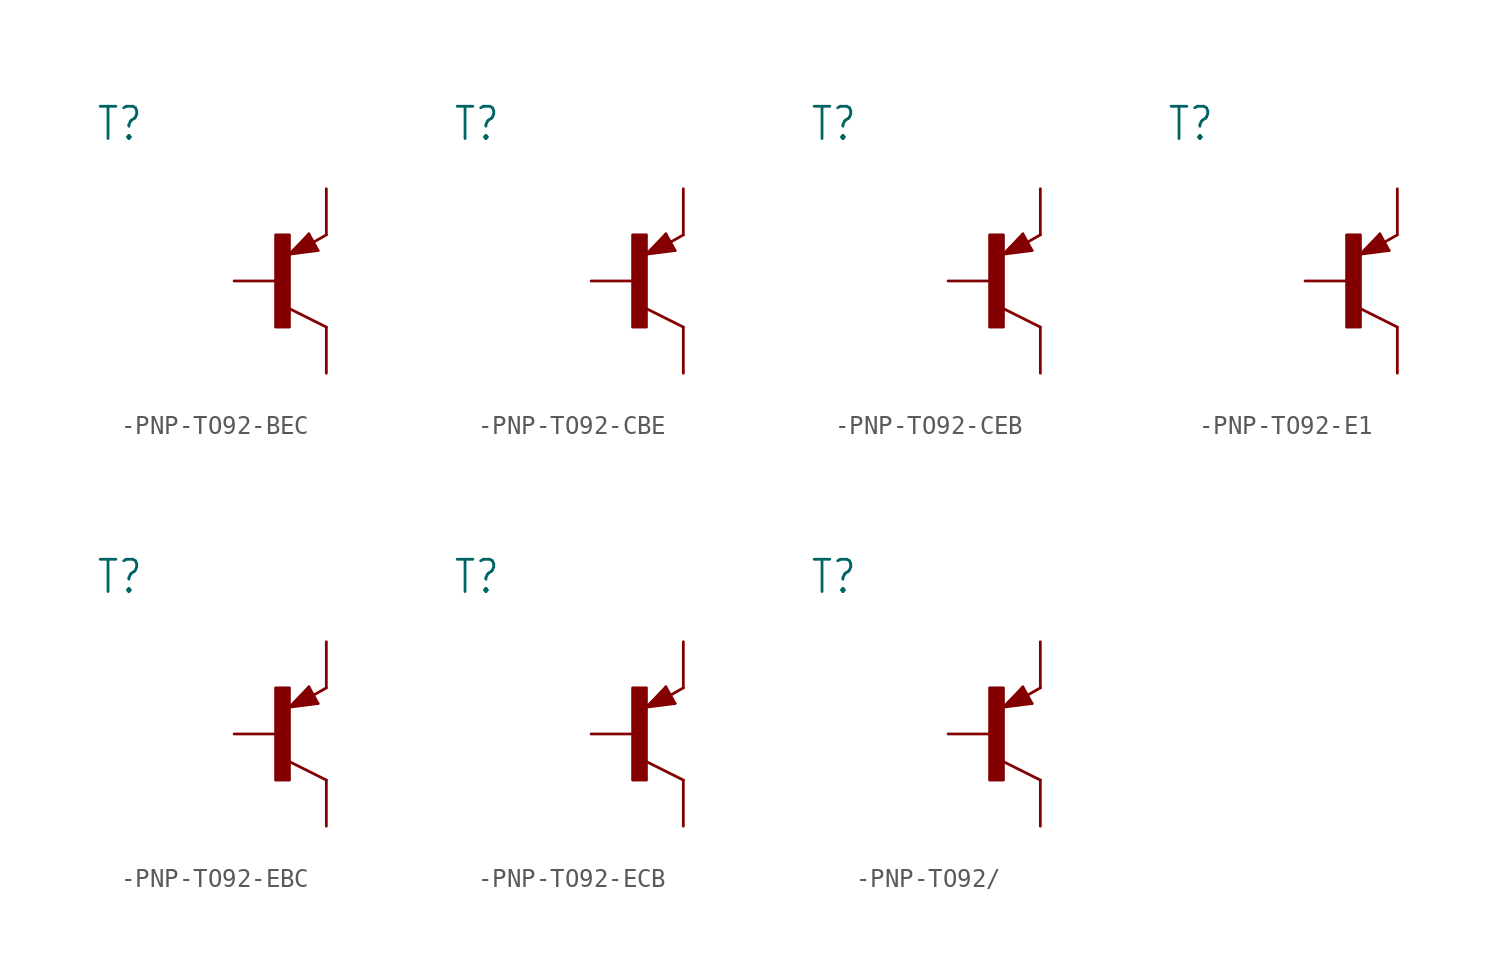
<source format=kicad_sym>
(kicad_symbol_lib
  (version 20231120)
  (generator "kicad_symbol_editor")
  (generator_version "8.0")
  (symbol "-PNP-TO92-BEC"
    (property "Reference" "T"
      (at -10.16 7.62 0)
      (effects (font (size 1.778 1.511)) (justify left bottom)))
    (property "Value" ""
      (at -10.16 5.08 0)
      (effects (font (size 1.778 1.511)) (justify left bottom)))
    (property "ki_locked" ""
      (at 0 0 0)
      (effects (font (size 1.27 1.27))))
    (symbol "-PNP-TO92-BEC_1_0"
      (rectangle (start -0.254 -2.54) (end 0.508 2.54) (stroke (width 0) (type default)) (fill (type outline)))
      (polyline (pts (xy 0.516 1.478) (xy 2.086 1.678)) (stroke (width 0.152) (type solid)) (fill (type none)))
      (polyline (pts (xy 0.762 1.651) (xy 1.778 1.778)) (stroke (width 0.254) (type solid)) (fill (type none)))
      (polyline (pts (xy 1.143 1.905) (xy 1.524 1.905)) (stroke (width 0.254) (type solid)) (fill (type none)))
      (polyline (pts (xy 1.524 2.159) (xy 1.143 1.905)) (stroke (width 0.254) (type solid)) (fill (type none)))
      (polyline (pts (xy 1.524 2.413) (xy 0.762 1.651)) (stroke (width 0.254) (type solid)) (fill (type none)))
      (polyline (pts (xy 1.578 2.594) (xy 0.516 1.478)) (stroke (width 0.152) (type solid)) (fill (type none)))
      (polyline (pts (xy 1.778 1.778) (xy 1.524 2.159)) (stroke (width 0.254) (type solid)) (fill (type none)))
      (polyline (pts (xy 1.905 1.778) (xy 1.524 2.413)) (stroke (width 0.254) (type solid)) (fill (type none)))
      (polyline (pts (xy 2.086 1.678) (xy 1.578 2.594)) (stroke (width 0.152) (type solid)) (fill (type none)))
      (polyline (pts (xy 2.54 -2.54) (xy 0.508 -1.524)) (stroke (width 0.152) (type solid)) (fill (type none)))
      (polyline (pts (xy 2.54 2.54) (xy 1.808 2.124)) (stroke (width 0.152) (type solid)) (fill (type none)))
      (pin passive line (at -2.54 0 0) (length 2.54) (name "B" (effects (font (size 0 0)))) (number "B" (effects (font (size 0 0)))))
      (pin passive line (at 2.54 -5.08 90) (length 2.54) (name "C" (effects (font (size 0 0)))) (number "C" (effects (font (size 0 0)))))
      (pin passive line (at 2.54 5.08 270) (length 2.54) (name "E" (effects (font (size 0 0)))) (number "E" (effects (font (size 0 0)))))))
  (symbol "-PNP-TO92-CBE"
    (property "Reference" "T"
      (at -10.16 7.62 0)
      (effects (font (size 1.778 1.511)) (justify left bottom)))
    (property "Value" ""
      (at -10.16 5.08 0)
      (effects (font (size 1.778 1.511)) (justify left bottom)))
    (property "ki_locked" ""
      (at 0 0 0)
      (effects (font (size 1.27 1.27))))
    (symbol "-PNP-TO92-CBE_1_0"
      (rectangle (start -0.254 -2.54) (end 0.508 2.54) (stroke (width 0) (type default)) (fill (type outline)))
      (polyline (pts (xy 0.516 1.478) (xy 2.086 1.678)) (stroke (width 0.152) (type solid)) (fill (type none)))
      (polyline (pts (xy 0.762 1.651) (xy 1.778 1.778)) (stroke (width 0.254) (type solid)) (fill (type none)))
      (polyline (pts (xy 1.143 1.905) (xy 1.524 1.905)) (stroke (width 0.254) (type solid)) (fill (type none)))
      (polyline (pts (xy 1.524 2.159) (xy 1.143 1.905)) (stroke (width 0.254) (type solid)) (fill (type none)))
      (polyline (pts (xy 1.524 2.413) (xy 0.762 1.651)) (stroke (width 0.254) (type solid)) (fill (type none)))
      (polyline (pts (xy 1.578 2.594) (xy 0.516 1.478)) (stroke (width 0.152) (type solid)) (fill (type none)))
      (polyline (pts (xy 1.778 1.778) (xy 1.524 2.159)) (stroke (width 0.254) (type solid)) (fill (type none)))
      (polyline (pts (xy 1.905 1.778) (xy 1.524 2.413)) (stroke (width 0.254) (type solid)) (fill (type none)))
      (polyline (pts (xy 2.086 1.678) (xy 1.578 2.594)) (stroke (width 0.152) (type solid)) (fill (type none)))
      (polyline (pts (xy 2.54 -2.54) (xy 0.508 -1.524)) (stroke (width 0.152) (type solid)) (fill (type none)))
      (polyline (pts (xy 2.54 2.54) (xy 1.808 2.124)) (stroke (width 0.152) (type solid)) (fill (type none)))
      (pin passive line (at -2.54 0 0) (length 2.54) (name "B" (effects (font (size 0 0)))) (number "B" (effects (font (size 0 0)))))
      (pin passive line (at 2.54 -5.08 90) (length 2.54) (name "C" (effects (font (size 0 0)))) (number "C" (effects (font (size 0 0)))))
      (pin passive line (at 2.54 5.08 270) (length 2.54) (name "E" (effects (font (size 0 0)))) (number "E" (effects (font (size 0 0)))))))
  (symbol "-PNP-TO92-CEB"
    (property "Reference" "T"
      (at -10.16 7.62 0)
      (effects (font (size 1.778 1.511)) (justify left bottom)))
    (property "Value" ""
      (at -10.16 5.08 0)
      (effects (font (size 1.778 1.511)) (justify left bottom)))
    (property "ki_locked" ""
      (at 0 0 0)
      (effects (font (size 1.27 1.27))))
    (symbol "-PNP-TO92-CEB_1_0"
      (rectangle (start -0.254 -2.54) (end 0.508 2.54) (stroke (width 0) (type default)) (fill (type outline)))
      (polyline (pts (xy 0.516 1.478) (xy 2.086 1.678)) (stroke (width 0.152) (type solid)) (fill (type none)))
      (polyline (pts (xy 0.762 1.651) (xy 1.778 1.778)) (stroke (width 0.254) (type solid)) (fill (type none)))
      (polyline (pts (xy 1.143 1.905) (xy 1.524 1.905)) (stroke (width 0.254) (type solid)) (fill (type none)))
      (polyline (pts (xy 1.524 2.159) (xy 1.143 1.905)) (stroke (width 0.254) (type solid)) (fill (type none)))
      (polyline (pts (xy 1.524 2.413) (xy 0.762 1.651)) (stroke (width 0.254) (type solid)) (fill (type none)))
      (polyline (pts (xy 1.578 2.594) (xy 0.516 1.478)) (stroke (width 0.152) (type solid)) (fill (type none)))
      (polyline (pts (xy 1.778 1.778) (xy 1.524 2.159)) (stroke (width 0.254) (type solid)) (fill (type none)))
      (polyline (pts (xy 1.905 1.778) (xy 1.524 2.413)) (stroke (width 0.254) (type solid)) (fill (type none)))
      (polyline (pts (xy 2.086 1.678) (xy 1.578 2.594)) (stroke (width 0.152) (type solid)) (fill (type none)))
      (polyline (pts (xy 2.54 -2.54) (xy 0.508 -1.524)) (stroke (width 0.152) (type solid)) (fill (type none)))
      (polyline (pts (xy 2.54 2.54) (xy 1.808 2.124)) (stroke (width 0.152) (type solid)) (fill (type none)))
      (pin passive line (at -2.54 0 0) (length 2.54) (name "B" (effects (font (size 0 0)))) (number "B" (effects (font (size 0 0)))))
      (pin passive line (at 2.54 -5.08 90) (length 2.54) (name "C" (effects (font (size 0 0)))) (number "C" (effects (font (size 0 0)))))
      (pin passive line (at 2.54 5.08 270) (length 2.54) (name "E" (effects (font (size 0 0)))) (number "E" (effects (font (size 0 0)))))))
  (symbol "-PNP-TO92-E1"
    (property "Reference" "T"
      (at -10.16 7.62 0)
      (effects (font (size 1.778 1.511)) (justify left bottom)))
    (property "Value" ""
      (at -10.16 5.08 0)
      (effects (font (size 1.778 1.511)) (justify left bottom)))
    (property "ki_locked" ""
      (at 0 0 0)
      (effects (font (size 1.27 1.27))))
    (symbol "-PNP-TO92-E1_1_0"
      (rectangle (start -0.254 -2.54) (end 0.508 2.54) (stroke (width 0) (type default)) (fill (type outline)))
      (polyline (pts (xy 0.516 1.478) (xy 2.086 1.678)) (stroke (width 0.152) (type solid)) (fill (type none)))
      (polyline (pts (xy 0.762 1.651) (xy 1.778 1.778)) (stroke (width 0.254) (type solid)) (fill (type none)))
      (polyline (pts (xy 1.143 1.905) (xy 1.524 1.905)) (stroke (width 0.254) (type solid)) (fill (type none)))
      (polyline (pts (xy 1.524 2.159) (xy 1.143 1.905)) (stroke (width 0.254) (type solid)) (fill (type none)))
      (polyline (pts (xy 1.524 2.413) (xy 0.762 1.651)) (stroke (width 0.254) (type solid)) (fill (type none)))
      (polyline (pts (xy 1.578 2.594) (xy 0.516 1.478)) (stroke (width 0.152) (type solid)) (fill (type none)))
      (polyline (pts (xy 1.778 1.778) (xy 1.524 2.159)) (stroke (width 0.254) (type solid)) (fill (type none)))
      (polyline (pts (xy 1.905 1.778) (xy 1.524 2.413)) (stroke (width 0.254) (type solid)) (fill (type none)))
      (polyline (pts (xy 2.086 1.678) (xy 1.578 2.594)) (stroke (width 0.152) (type solid)) (fill (type none)))
      (polyline (pts (xy 2.54 -2.54) (xy 0.508 -1.524)) (stroke (width 0.152) (type solid)) (fill (type none)))
      (polyline (pts (xy 2.54 2.54) (xy 1.808 2.124)) (stroke (width 0.152) (type solid)) (fill (type none)))
      (pin passive line (at 2.54 -5.08 90) (length 2.54) (name "C" (effects (font (size 0 0)))) (number "1" (effects (font (size 0 0)))))
      (pin passive line (at -2.54 0 0) (length 2.54) (name "B" (effects (font (size 0 0)))) (number "2" (effects (font (size 0 0)))))
      (pin passive line (at 2.54 5.08 270) (length 2.54) (name "E" (effects (font (size 0 0)))) (number "3" (effects (font (size 0 0)))))))
  (symbol "-PNP-TO92-EBC"
    (property "Reference" "T"
      (at -10.16 7.62 0)
      (effects (font (size 1.778 1.511)) (justify left bottom)))
    (property "Value" ""
      (at -10.16 5.08 0)
      (effects (font (size 1.778 1.511)) (justify left bottom)))
    (property "ki_locked" ""
      (at 0 0 0)
      (effects (font (size 1.27 1.27))))
    (symbol "-PNP-TO92-EBC_1_0"
      (rectangle (start -0.254 -2.54) (end 0.508 2.54) (stroke (width 0) (type default)) (fill (type outline)))
      (polyline (pts (xy 0.516 1.478) (xy 2.086 1.678)) (stroke (width 0.152) (type solid)) (fill (type none)))
      (polyline (pts (xy 0.762 1.651) (xy 1.778 1.778)) (stroke (width 0.254) (type solid)) (fill (type none)))
      (polyline (pts (xy 1.143 1.905) (xy 1.524 1.905)) (stroke (width 0.254) (type solid)) (fill (type none)))
      (polyline (pts (xy 1.524 2.159) (xy 1.143 1.905)) (stroke (width 0.254) (type solid)) (fill (type none)))
      (polyline (pts (xy 1.524 2.413) (xy 0.762 1.651)) (stroke (width 0.254) (type solid)) (fill (type none)))
      (polyline (pts (xy 1.578 2.594) (xy 0.516 1.478)) (stroke (width 0.152) (type solid)) (fill (type none)))
      (polyline (pts (xy 1.778 1.778) (xy 1.524 2.159)) (stroke (width 0.254) (type solid)) (fill (type none)))
      (polyline (pts (xy 1.905 1.778) (xy 1.524 2.413)) (stroke (width 0.254) (type solid)) (fill (type none)))
      (polyline (pts (xy 2.086 1.678) (xy 1.578 2.594)) (stroke (width 0.152) (type solid)) (fill (type none)))
      (polyline (pts (xy 2.54 -2.54) (xy 0.508 -1.524)) (stroke (width 0.152) (type solid)) (fill (type none)))
      (polyline (pts (xy 2.54 2.54) (xy 1.808 2.124)) (stroke (width 0.152) (type solid)) (fill (type none)))
      (pin passive line (at -2.54 0 0) (length 2.54) (name "B" (effects (font (size 0 0)))) (number "B" (effects (font (size 0 0)))))
      (pin passive line (at 2.54 -5.08 90) (length 2.54) (name "C" (effects (font (size 0 0)))) (number "C" (effects (font (size 0 0)))))
      (pin passive line (at 2.54 5.08 270) (length 2.54) (name "E" (effects (font (size 0 0)))) (number "E" (effects (font (size 0 0)))))))
  (symbol "-PNP-TO92-ECB"
    (property "Reference" "T"
      (at -10.16 7.62 0)
      (effects (font (size 1.778 1.511)) (justify left bottom)))
    (property "Value" ""
      (at -10.16 5.08 0)
      (effects (font (size 1.778 1.511)) (justify left bottom)))
    (property "ki_locked" ""
      (at 0 0 0)
      (effects (font (size 1.27 1.27))))
    (symbol "-PNP-TO92-ECB_1_0"
      (rectangle (start -0.254 -2.54) (end 0.508 2.54) (stroke (width 0) (type default)) (fill (type outline)))
      (polyline (pts (xy 0.516 1.478) (xy 2.086 1.678)) (stroke (width 0.152) (type solid)) (fill (type none)))
      (polyline (pts (xy 0.762 1.651) (xy 1.778 1.778)) (stroke (width 0.254) (type solid)) (fill (type none)))
      (polyline (pts (xy 1.143 1.905) (xy 1.524 1.905)) (stroke (width 0.254) (type solid)) (fill (type none)))
      (polyline (pts (xy 1.524 2.159) (xy 1.143 1.905)) (stroke (width 0.254) (type solid)) (fill (type none)))
      (polyline (pts (xy 1.524 2.413) (xy 0.762 1.651)) (stroke (width 0.254) (type solid)) (fill (type none)))
      (polyline (pts (xy 1.578 2.594) (xy 0.516 1.478)) (stroke (width 0.152) (type solid)) (fill (type none)))
      (polyline (pts (xy 1.778 1.778) (xy 1.524 2.159)) (stroke (width 0.254) (type solid)) (fill (type none)))
      (polyline (pts (xy 1.905 1.778) (xy 1.524 2.413)) (stroke (width 0.254) (type solid)) (fill (type none)))
      (polyline (pts (xy 2.086 1.678) (xy 1.578 2.594)) (stroke (width 0.152) (type solid)) (fill (type none)))
      (polyline (pts (xy 2.54 -2.54) (xy 0.508 -1.524)) (stroke (width 0.152) (type solid)) (fill (type none)))
      (polyline (pts (xy 2.54 2.54) (xy 1.808 2.124)) (stroke (width 0.152) (type solid)) (fill (type none)))
      (pin passive line (at -2.54 0 0) (length 2.54) (name "B" (effects (font (size 0 0)))) (number "B" (effects (font (size 0 0)))))
      (pin passive line (at 2.54 -5.08 90) (length 2.54) (name "C" (effects (font (size 0 0)))) (number "C" (effects (font (size 0 0)))))
      (pin passive line (at 2.54 5.08 270) (length 2.54) (name "E" (effects (font (size 0 0)))) (number "E" (effects (font (size 0 0)))))))
  (symbol "-PNP-TO92/"
    (property "Reference" "T"
      (at -10.16 7.62 0)
      (effects (font (size 1.778 1.511)) (justify left bottom)))
    (property "Value" ""
      (at -10.16 5.08 0)
      (effects (font (size 1.778 1.511)) (justify left bottom)))
    (property "ki_locked" ""
      (at 0 0 0)
      (effects (font (size 1.27 1.27))))
    (symbol "-PNP-TO92/_1_0"
      (rectangle (start -0.254 -2.54) (end 0.508 2.54) (stroke (width 0) (type default)) (fill (type outline)))
      (polyline (pts (xy 0.516 1.478) (xy 2.086 1.678)) (stroke (width 0.152) (type solid)) (fill (type none)))
      (polyline (pts (xy 0.762 1.651) (xy 1.778 1.778)) (stroke (width 0.254) (type solid)) (fill (type none)))
      (polyline (pts (xy 1.143 1.905) (xy 1.524 1.905)) (stroke (width 0.254) (type solid)) (fill (type none)))
      (polyline (pts (xy 1.524 2.159) (xy 1.143 1.905)) (stroke (width 0.254) (type solid)) (fill (type none)))
      (polyline (pts (xy 1.524 2.413) (xy 0.762 1.651)) (stroke (width 0.254) (type solid)) (fill (type none)))
      (polyline (pts (xy 1.578 2.594) (xy 0.516 1.478)) (stroke (width 0.152) (type solid)) (fill (type none)))
      (polyline (pts (xy 1.778 1.778) (xy 1.524 2.159)) (stroke (width 0.254) (type solid)) (fill (type none)))
      (polyline (pts (xy 1.905 1.778) (xy 1.524 2.413)) (stroke (width 0.254) (type solid)) (fill (type none)))
      (polyline (pts (xy 2.086 1.678) (xy 1.578 2.594)) (stroke (width 0.152) (type solid)) (fill (type none)))
      (polyline (pts (xy 2.54 -2.54) (xy 0.508 -1.524)) (stroke (width 0.152) (type solid)) (fill (type none)))
      (polyline (pts (xy 2.54 2.54) (xy 1.808 2.124)) (stroke (width 0.152) (type solid)) (fill (type none)))
      (pin passive line (at 2.54 5.08 270) (length 2.54) (name "E" (effects (font (size 0 0)))) (number "1" (effects (font (size 0 0)))))
      (pin passive line (at -2.54 0 0) (length 2.54) (name "B" (effects (font (size 0 0)))) (number "2" (effects (font (size 0 0)))))
      (pin passive line (at 2.54 -5.08 90) (length 2.54) (name "C" (effects (font (size 0 0)))) (number "3" (effects (font (size 0 0))))))))
</source>
